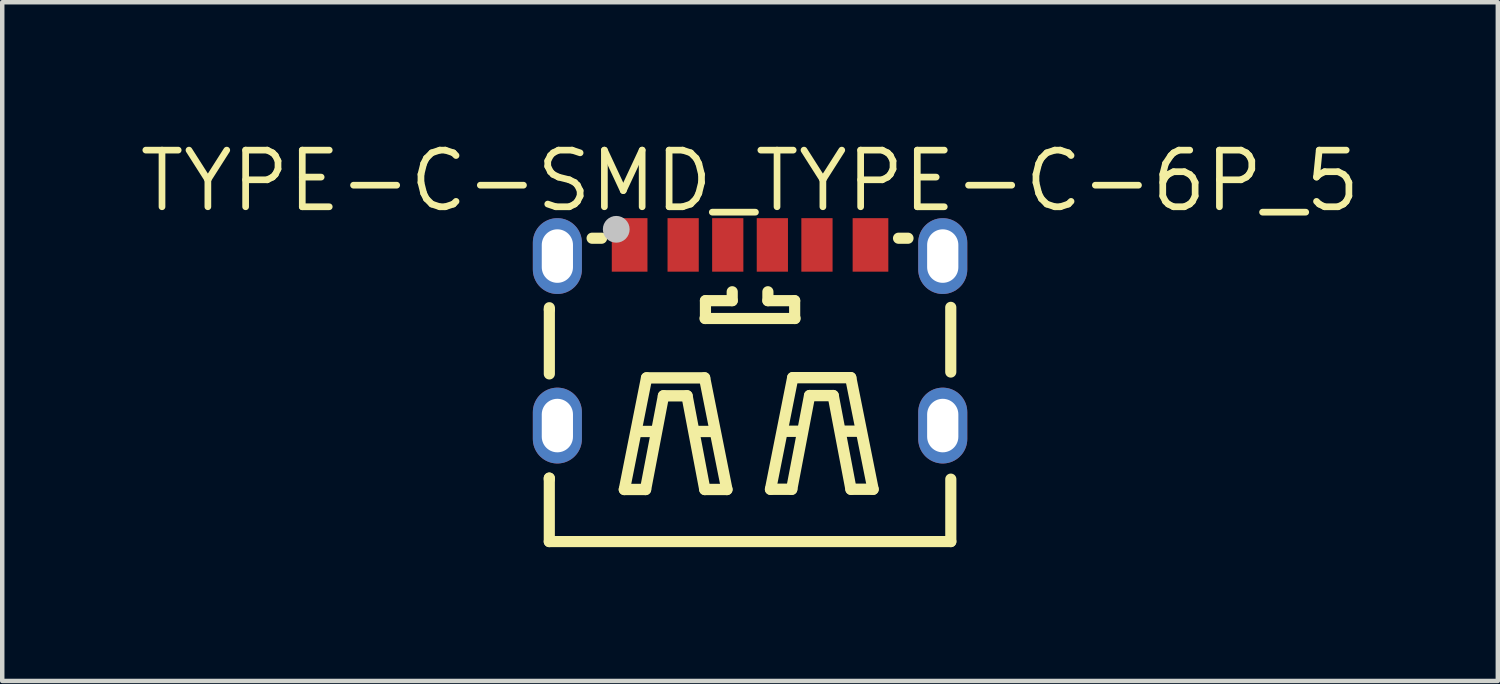
<source format=kicad_pcb>
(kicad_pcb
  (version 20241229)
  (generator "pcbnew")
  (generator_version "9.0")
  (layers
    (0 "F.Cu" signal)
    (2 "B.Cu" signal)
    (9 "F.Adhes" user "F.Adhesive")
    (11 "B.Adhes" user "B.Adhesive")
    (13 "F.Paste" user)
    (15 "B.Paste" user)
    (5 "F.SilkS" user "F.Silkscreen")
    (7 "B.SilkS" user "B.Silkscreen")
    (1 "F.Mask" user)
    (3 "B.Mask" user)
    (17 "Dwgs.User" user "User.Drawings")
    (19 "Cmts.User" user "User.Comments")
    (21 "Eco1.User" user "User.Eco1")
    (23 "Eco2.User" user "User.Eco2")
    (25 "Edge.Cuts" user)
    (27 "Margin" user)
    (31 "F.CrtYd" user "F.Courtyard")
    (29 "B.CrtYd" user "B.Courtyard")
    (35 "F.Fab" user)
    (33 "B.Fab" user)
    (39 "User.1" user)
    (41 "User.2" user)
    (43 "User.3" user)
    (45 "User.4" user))
  (footprint "TYPE-C-SMD_TYPE-C-6P_5"
    (layer "F.Cu")
    (at 13.766 4.466)
    (property "Reference" "TYPE-C-SMD_TYPE-C-6P_5" (at 0 -3.46 0) (layer "F.SilkS") (effects (font (size 1.27 1.27) (thickness 0.15))))
    (fp_line (start -4.501 3.203) (end -4.501 4.626) (stroke (width 0.25) (type default)) (layer "F.SilkS"))
    (fp_line (start -4.501 3.226) (end -4.501 3.203) (stroke (width 0.25) (type default)) (layer "F.SilkS"))
    (fp_line (start -4.501 4.626) (end 4.501 4.626) (stroke (width 0.25) (type default)) (layer "F.SilkS"))
    (fp_line (start -4.5 -0.575) (end -4.5 -0.617) (stroke (width 0.25) (type default)) (layer "F.SilkS"))
    (fp_line (start -4.5 -0.575) (end -4.5 0.867) (stroke (width 0.25) (type default)) (layer "F.SilkS"))
    (fp_line (start -3.541 -2.175) (end -3.329 -2.175) (stroke (width 0.25) (type default)) (layer "F.SilkS"))
    (fp_line (start -2.818 3.458) (end -2.32 0.956) (stroke (width 0.254) (type default)) (layer "F.SilkS"))
    (fp_line (start -2.518 2.158) (end -2.119 2.158) (stroke (width 0.254) (type default)) (layer "F.SilkS"))
    (fp_line (start -2.343 3.458) (end -2.818 3.458) (stroke (width 0.254) (type default)) (layer "F.SilkS"))
    (fp_line (start -2.32 0.956) (end -1.019 0.956) (stroke (width 0.254) (type default)) (layer "F.SilkS"))
    (fp_line (start -1.941 1.358) (end -2.343 3.458) (stroke (width 0.254) (type default)) (layer "F.SilkS"))
    (fp_line (start -1.413 1.358) (end -1.941 1.358) (stroke (width 0.254) (type default)) (layer "F.SilkS"))
    (fp_line (start -1.219 2.157) (end -0.819 2.157) (stroke (width 0.254) (type default)) (layer "F.SilkS"))
    (fp_line (start -1.019 0.956) (end -0.519 3.458) (stroke (width 0.254) (type default)) (layer "F.SilkS"))
    (fp_line (start -1.014 3.458) (end -1.413 1.358) (stroke (width 0.254) (type default)) (layer "F.SilkS"))
    (fp_line (start -1.01 -0.375) (end 1.01 -0.375) (stroke (width 0.25) (type default)) (layer "F.SilkS"))
    (fp_line (start -1 -0.775) (end -0.4 -0.775) (stroke (width 0.25) (type default)) (layer "F.SilkS"))
    (fp_line (start -1 -0.375) (end -1 -0.775) (stroke (width 0.25) (type default)) (layer "F.SilkS"))
    (fp_line (start -0.519 3.458) (end -1.014 3.458) (stroke (width 0.254) (type default)) (layer "F.SilkS"))
    (fp_line (start -0.4 -0.775) (end -0.4 -0.975) (stroke (width 0.25) (type default)) (layer "F.SilkS"))
    (fp_line (start 0.4 -0.775) (end 0.4 -0.975) (stroke (width 0.25) (type default)) (layer "F.SilkS"))
    (fp_line (start 0.459 3.453) (end 0.957 0.951) (stroke (width 0.254) (type default)) (layer "F.SilkS"))
    (fp_line (start 0.759 2.153) (end 1.158 2.153) (stroke (width 0.254) (type default)) (layer "F.SilkS"))
    (fp_line (start 0.934 3.453) (end 0.459 3.453) (stroke (width 0.254) (type default)) (layer "F.SilkS"))
    (fp_line (start 0.957 0.951) (end 2.257 0.951) (stroke (width 0.254) (type default)) (layer "F.SilkS"))
    (fp_line (start 1 -0.775) (end 0.4 -0.775) (stroke (width 0.25) (type default)) (layer "F.SilkS"))
    (fp_line (start 1 -0.375) (end 1 -0.775) (stroke (width 0.25) (type default)) (layer "F.SilkS"))
    (fp_line (start 1.335 1.353) (end 0.934 3.453) (stroke (width 0.254) (type default)) (layer "F.SilkS"))
    (fp_line (start 1.864 1.353) (end 1.335 1.353) (stroke (width 0.254) (type default)) (layer "F.SilkS"))
    (fp_line (start 2.058 2.152) (end 2.458 2.152) (stroke (width 0.254) (type default)) (layer "F.SilkS"))
    (fp_line (start 2.257 0.951) (end 2.758 3.453) (stroke (width 0.254) (type default)) (layer "F.SilkS"))
    (fp_line (start 2.263 3.453) (end 1.864 1.353) (stroke (width 0.254) (type default)) (layer "F.SilkS"))
    (fp_line (start 2.758 3.453) (end 2.263 3.453) (stroke (width 0.254) (type default)) (layer "F.SilkS"))
    (fp_line (start 3.329 -2.175) (end 3.541 -2.175) (stroke (width 0.25) (type default)) (layer "F.SilkS"))
    (fp_line (start 4.5 0.825) (end 4.5 -0.625) (stroke (width 0.25) (type default)) (layer "F.SilkS"))
    (fp_line (start 4.501 4.626) (end 4.501 3.226) (stroke (width 0.25) (type default)) (layer "F.SilkS"))
    (fp_circle (center -3 -2.375) (end -2.85 -2.375) (stroke (width 0.3) (type default)) (fill no) (layer "Dwgs.User"))
    (fp_circle (center 4.47 4.625) (end 4.5 4.625) (stroke (width 0.06) (type default)) (fill no) (layer "User.5"))
    (pad "" np_thru_hole oval (at -4.32 -1.775) (size 1.1 1.7) (drill oval 0.7 1.2) (layers "*.Cu" "*.Mask"))
    (pad "" np_thru_hole oval (at -4.32 2.025) (size 1.1 1.7) (drill oval 0.7 1.2) (layers "*.Cu" "*.Mask"))
    (pad "" np_thru_hole oval (at 4.32 -1.775) (size 1.1 1.7) (drill oval 0.7 1.2) (layers "*.Cu" "*.Mask"))
    (pad "" np_thru_hole oval (at 4.32 2.025) (size 1.1 1.7) (drill oval 0.7 1.2) (layers "*.Cu" "*.Mask"))
    (pad "A5" smd rect (at -0.5 -2.025) (size 0.7 1.2) (layers "F.Cu" "F.Mask" "F.Paste"))
    (pad "A9" smd rect (at 1.5 -2.025) (size 0.7 1.2) (layers "F.Cu" "F.Mask" "F.Paste"))
    (pad "A12" smd rect (at 2.7 -2.025) (size 0.8 1.2) (layers "F.Cu" "F.Mask" "F.Paste"))
    (pad "B5" smd rect (at 0.5 -2.025) (size 0.7 1.2) (layers "F.Cu" "F.Mask" "F.Paste"))
    (pad "B9" smd rect (at -1.5 -2.025) (size 0.7 1.2) (layers "F.Cu" "F.Mask" "F.Paste"))
    (pad "B12" smd rect (at -2.7 -2.025) (size 0.8 1.2) (layers "F.Cu" "F.Mask" "F.Paste"))
    (zone (net_name "") (layer "F.Paste") (hatch edge 0.5) (priority 100) (connect_pads yes) (min_thickness 0) (filled_areas_thickness no) (fill yes) (polygon (pts (xy 10.666 1.841) (xy 11.466 1.841) (xy 11.466 3.041) (xy 10.666 3.041))) (filled_polygon (layer "F.Paste") (island) (pts (xy 10.666 1.841) (xy 11.466 1.841) (xy 11.466 3.041) (xy 10.666 3.041))))
    (zone (net_name "") (layer "F.Paste") (hatch edge 0.5) (priority 100) (connect_pads yes) (min_thickness 0) (filled_areas_thickness no) (fill yes) (polygon (pts (xy 11.916 1.841) (xy 12.616 1.841) (xy 12.616 3.041) (xy 11.916 3.041))) (filled_polygon (layer "F.Paste") (island) (pts (xy 11.916 1.841) (xy 12.616 1.841) (xy 12.616 3.041) (xy 11.916 3.041))))
    (zone (net_name "") (layer "F.Paste") (hatch edge 0.5) (priority 100) (connect_pads yes) (min_thickness 0) (filled_areas_thickness no) (fill yes) (polygon (pts (xy 12.916 1.841) (xy 13.616 1.841) (xy 13.616 3.041) (xy 12.916 3.041))) (filled_polygon (layer "F.Paste") (island) (pts (xy 12.916 1.841) (xy 13.616 1.841) (xy 13.616 3.041) (xy 12.916 3.041))))
    (zone (net_name "") (layer "F.Paste") (hatch edge 0.5) (priority 100) (connect_pads yes) (min_thickness 0) (filled_areas_thickness no) (fill yes) (polygon (pts (xy 13.916 1.841) (xy 14.616 1.841) (xy 14.616 3.041) (xy 13.916 3.041))) (filled_polygon (layer "F.Paste") (island) (pts (xy 13.916 1.841) (xy 14.616 1.841) (xy 14.616 3.041) (xy 13.916 3.041))))
    (zone (net_name "") (layer "F.Paste") (hatch edge 0.5) (priority 100) (connect_pads yes) (min_thickness 0) (filled_areas_thickness no) (fill yes) (polygon (pts (xy 14.916 1.841) (xy 15.616 1.841) (xy 15.616 3.041) (xy 14.916 3.041))) (filled_polygon (layer "F.Paste") (island) (pts (xy 14.916 1.841) (xy 15.616 1.841) (xy 15.616 3.041) (xy 14.916 3.041))))
    (zone (net_name "") (layer "F.Paste") (hatch edge 0.5) (priority 100) (connect_pads yes) (min_thickness 0) (filled_areas_thickness no) (fill yes) (polygon (pts (xy 16.066 1.841) (xy 16.866 1.841) (xy 16.866 3.041) (xy 16.066 3.041))) (filled_polygon (layer "F.Paste") (island) (pts (xy 16.066 1.841) (xy 16.866 1.841) (xy 16.866 3.041) (xy 16.066 3.041))))
    (zone (net_name "") (layer "F.Paste") (hatch edge 0.5) (priority 100) (connect_pads yes) (min_thickness 0) (filled_areas_thickness no) (fill yes) (polygon (pts (xy 9.487 1.843) (xy 9.459 1.841) (xy 9.432 1.841) (xy 9.405 1.843) (xy 9.377 1.845) (xy 9.35 1.85) (xy 9.323 1.855) (xy 9.297 1.862) (xy 9.271 1.87) (xy 9.245 1.879) (xy 9.22 1.89) (xy 9.195 1.902) (xy 9.171 1.915) (xy 9.147 1.929) (xy 9.125 1.945) (xy 9.103 1.961) (xy 9.082 1.979) (xy 9.062 1.998) (xy 9.043 2.017) (xy 9.024 2.038) (xy 9.007 2.059) (xy 8.991 2.081) (xy 8.976 2.104) (xy 8.963 2.128) (xy 8.95 2.153) (xy 8.939 2.178) (xy 8.929 2.203) (xy 8.92 2.229) (xy 8.913 2.256) (xy 8.907 2.282) (xy 8.902 2.309) (xy 8.898 2.337) (xy 8.896 2.364) (xy 8.896 2.391) (xy 8.896 2.991) (xy 8.896 3.019) (xy 8.898 3.046) (xy 8.902 3.073) (xy 8.907 3.1) (xy 8.913 3.127) (xy 8.92 3.153) (xy 8.929 3.179) (xy 8.939 3.205) (xy 8.95 3.23) (xy 8.963 3.254) (xy 8.976 3.278) (xy 8.991 3.301) (xy 9.007 3.323) (xy 9.024 3.345) (xy 9.043 3.365) (xy 9.062 3.385) (xy 9.082 3.404) (xy 9.103 3.421) (xy 9.125 3.438) (xy 9.147 3.453) (xy 9.171 3.467) (xy 9.195 3.481) (xy 9.22 3.493) (xy 9.245 3.503) (xy 9.271 3.513) (xy 9.297 3.521) (xy 9.323 3.527) (xy 9.35 3.533) (xy 9.377 3.537) (xy 9.405 3.54) (xy 9.432 3.541) (xy 9.459 3.541) (xy 9.487 3.54) (xy 9.514 3.537) (xy 9.541 3.533) (xy 9.568 3.527) (xy 9.595 3.521) (xy 9.621 3.513) (xy 9.647 3.503) (xy 9.672 3.493) (xy 9.697 3.481) (xy 9.721 3.467) (xy 9.744 3.453) (xy 9.767 3.438) (xy 9.789 3.421) (xy 9.81 3.404) (xy 9.83 3.385) (xy 9.849 3.365) (xy 9.867 3.345) (xy 9.884 3.323) (xy 9.9 3.301) (xy 9.915 3.278) (xy 9.929 3.254) (xy 9.941 3.23) (xy 9.953 3.205) (xy 9.963 3.179) (xy 9.971 3.153) (xy 9.979 3.127) (xy 9.985 3.1) (xy 9.99 3.073) (xy 9.993 3.046) (xy 9.995 3.019) (xy 9.996 2.991) (xy 9.996 2.391) (xy 9.995 2.364) (xy 9.993 2.337) (xy 9.99 2.309) (xy 9.985 2.282) (xy 9.979 2.256) (xy 9.971 2.229) (xy 9.963 2.203) (xy 9.953 2.178) (xy 9.941 2.153) (xy 9.929 2.128) (xy 9.915 2.104) (xy 9.9 2.081) (xy 9.884 2.059) (xy 9.867 2.038) (xy 9.849 2.017) (xy 9.83 1.998) (xy 9.81 1.979) (xy 9.789 1.961) (xy 9.767 1.945) (xy 9.744 1.929) (xy 9.721 1.915) (xy 9.697 1.902) (xy 9.672 1.89) (xy 9.647 1.879) (xy 9.621 1.87) (xy 9.595 1.862) (xy 9.568 1.855) (xy 9.541 1.85) (xy 9.514 1.845))) (filled_polygon (layer "F.Paste") (island) (pts (xy 9.487 1.843) (xy 9.459 1.841) (xy 9.432 1.841) (xy 9.405 1.843) (xy 9.377 1.845) (xy 9.35 1.85) (xy 9.323 1.855) (xy 9.297 1.862) (xy 9.271 1.87) (xy 9.245 1.879) (xy 9.22 1.89) (xy 9.195 1.902) (xy 9.171 1.915) (xy 9.147 1.929) (xy 9.125 1.945) (xy 9.103 1.961) (xy 9.082 1.979) (xy 9.062 1.998) (xy 9.043 2.017) (xy 9.024 2.038) (xy 9.007 2.059) (xy 8.991 2.081) (xy 8.976 2.104) (xy 8.963 2.128) (xy 8.95 2.153) (xy 8.939 2.178) (xy 8.929 2.203) (xy 8.92 2.229) (xy 8.913 2.256) (xy 8.907 2.282) (xy 8.902 2.309) (xy 8.898 2.337) (xy 8.896 2.364) (xy 8.896 2.391) (xy 8.896 2.991) (xy 8.896 3.019) (xy 8.898 3.046) (xy 8.902 3.073) (xy 8.907 3.1) (xy 8.913 3.127) (xy 8.92 3.153) (xy 8.929 3.179) (xy 8.939 3.205) (xy 8.95 3.23) (xy 8.963 3.254) (xy 8.976 3.278) (xy 8.991 3.301) (xy 9.007 3.323) (xy 9.024 3.345) (xy 9.043 3.365) (xy 9.062 3.385) (xy 9.082 3.404) (xy 9.103 3.421) (xy 9.125 3.438) (xy 9.147 3.453) (xy 9.171 3.467) (xy 9.195 3.481) (xy 9.22 3.493) (xy 9.245 3.503) (xy 9.271 3.513) (xy 9.297 3.521) (xy 9.323 3.527) (xy 9.35 3.533) (xy 9.377 3.537) (xy 9.405 3.54) (xy 9.432 3.541) (xy 9.459 3.541) (xy 9.487 3.54) (xy 9.514 3.537) (xy 9.541 3.533) (xy 9.568 3.527) (xy 9.595 3.521) (xy 9.621 3.513) (xy 9.647 3.503) (xy 9.672 3.493) (xy 9.697 3.481) (xy 9.721 3.467) (xy 9.744 3.453) (xy 9.767 3.438) (xy 9.789 3.421) (xy 9.81 3.404) (xy 9.83 3.385) (xy 9.849 3.365) (xy 9.867 3.345) (xy 9.884 3.323) (xy 9.9 3.301) (xy 9.915 3.278) (xy 9.929 3.254) (xy 9.941 3.23) (xy 9.953 3.205) (xy 9.963 3.179) (xy 9.971 3.153) (xy 9.979 3.127) (xy 9.985 3.1) (xy 9.99 3.073) (xy 9.993 3.046) (xy 9.995 3.019) (xy 9.996 2.991) (xy 9.996 2.391) (xy 9.995 2.364) (xy 9.993 2.337) (xy 9.99 2.309) (xy 9.985 2.282) (xy 9.979 2.256) (xy 9.971 2.229) (xy 9.963 2.203) (xy 9.953 2.178) (xy 9.941 2.153) (xy 9.929 2.128) (xy 9.915 2.104) (xy 9.9 2.081) (xy 9.884 2.059) (xy 9.867 2.038) (xy 9.849 2.017) (xy 9.83 1.998) (xy 9.81 1.979) (xy 9.789 1.961) (xy 9.767 1.945) (xy 9.744 1.929) (xy 9.721 1.915) (xy 9.697 1.902) (xy 9.672 1.89) (xy 9.647 1.879) (xy 9.621 1.87) (xy 9.595 1.862) (xy 9.568 1.855) (xy 9.541 1.85) (xy 9.514 1.845))))
    (zone (net_name "") (layer "F.Paste") (hatch edge 0.5) (priority 100) (connect_pads yes) (min_thickness 0) (filled_areas_thickness no) (fill yes) (polygon (pts (xy 9.487 5.643) (xy 9.459 5.641) (xy 9.432 5.641) (xy 9.405 5.643) (xy 9.377 5.646) (xy 9.35 5.65) (xy 9.323 5.655) (xy 9.297 5.662) (xy 9.271 5.67) (xy 9.245 5.679) (xy 9.22 5.69) (xy 9.195 5.702) (xy 9.171 5.715) (xy 9.147 5.729) (xy 9.125 5.745) (xy 9.103 5.761) (xy 9.082 5.779) (xy 9.062 5.798) (xy 9.043 5.817) (xy 9.024 5.838) (xy 9.007 5.859) (xy 8.991 5.881) (xy 8.976 5.904) (xy 8.963 5.928) (xy 8.95 5.953) (xy 8.939 5.978) (xy 8.929 6.003) (xy 8.92 6.029) (xy 8.913 6.056) (xy 8.907 6.082) (xy 8.902 6.109) (xy 8.898 6.137) (xy 8.896 6.164) (xy 8.896 6.191) (xy 8.896 6.791) (xy 8.896 6.819) (xy 8.898 6.846) (xy 8.902 6.873) (xy 8.907 6.9) (xy 8.913 6.927) (xy 8.92 6.953) (xy 8.929 6.979) (xy 8.939 7.005) (xy 8.95 7.03) (xy 8.963 7.054) (xy 8.976 7.078) (xy 8.991 7.101) (xy 9.007 7.123) (xy 9.024 7.145) (xy 9.043 7.165) (xy 9.062 7.185) (xy 9.082 7.204) (xy 9.103 7.221) (xy 9.125 7.238) (xy 9.147 7.253) (xy 9.171 7.268) (xy 9.195 7.281) (xy 9.22 7.293) (xy 9.245 7.303) (xy 9.271 7.313) (xy 9.297 7.321) (xy 9.323 7.327) (xy 9.35 7.333) (xy 9.377 7.337) (xy 9.405 7.34) (xy 9.432 7.341) (xy 9.459 7.341) (xy 9.487 7.34) (xy 9.514 7.337) (xy 9.541 7.333) (xy 9.568 7.327) (xy 9.595 7.321) (xy 9.621 7.313) (xy 9.647 7.303) (xy 9.672 7.293) (xy 9.697 7.281) (xy 9.721 7.268) (xy 9.744 7.253) (xy 9.767 7.238) (xy 9.789 7.221) (xy 9.81 7.204) (xy 9.83 7.185) (xy 9.849 7.165) (xy 9.867 7.145) (xy 9.884 7.123) (xy 9.9 7.101) (xy 9.915 7.078) (xy 9.929 7.054) (xy 9.941 7.03) (xy 9.953 7.005) (xy 9.963 6.979) (xy 9.971 6.953) (xy 9.979 6.927) (xy 9.985 6.9) (xy 9.99 6.873) (xy 9.993 6.846) (xy 9.995 6.819) (xy 9.996 6.791) (xy 9.996 6.191) (xy 9.995 6.164) (xy 9.993 6.137) (xy 9.99 6.109) (xy 9.985 6.082) (xy 9.979 6.056) (xy 9.971 6.029) (xy 9.963 6.003) (xy 9.953 5.978) (xy 9.941 5.953) (xy 9.929 5.928) (xy 9.915 5.904) (xy 9.9 5.881) (xy 9.884 5.859) (xy 9.867 5.838) (xy 9.849 5.817) (xy 9.83 5.798) (xy 9.81 5.779) (xy 9.789 5.761) (xy 9.767 5.745) (xy 9.744 5.729) (xy 9.721 5.715) (xy 9.697 5.702) (xy 9.672 5.69) (xy 9.647 5.679) (xy 9.621 5.67) (xy 9.595 5.662) (xy 9.568 5.655) (xy 9.541 5.65) (xy 9.514 5.646))) (filled_polygon (layer "F.Paste") (island) (pts (xy 9.487 5.643) (xy 9.459 5.641) (xy 9.432 5.641) (xy 9.405 5.643) (xy 9.377 5.646) (xy 9.35 5.65) (xy 9.323 5.655) (xy 9.297 5.662) (xy 9.271 5.67) (xy 9.245 5.679) (xy 9.22 5.69) (xy 9.195 5.702) (xy 9.171 5.715) (xy 9.147 5.729) (xy 9.125 5.745) (xy 9.103 5.761) (xy 9.082 5.779) (xy 9.062 5.798) (xy 9.043 5.817) (xy 9.024 5.838) (xy 9.007 5.859) (xy 8.991 5.881) (xy 8.976 5.904) (xy 8.963 5.928) (xy 8.95 5.953) (xy 8.939 5.978) (xy 8.929 6.003) (xy 8.92 6.029) (xy 8.913 6.056) (xy 8.907 6.082) (xy 8.902 6.109) (xy 8.898 6.137) (xy 8.896 6.164) (xy 8.896 6.191) (xy 8.896 6.791) (xy 8.896 6.819) (xy 8.898 6.846) (xy 8.902 6.873) (xy 8.907 6.9) (xy 8.913 6.927) (xy 8.92 6.953) (xy 8.929 6.979) (xy 8.939 7.005) (xy 8.95 7.03) (xy 8.963 7.054) (xy 8.976 7.078) (xy 8.991 7.101) (xy 9.007 7.123) (xy 9.024 7.145) (xy 9.043 7.165) (xy 9.062 7.185) (xy 9.082 7.204) (xy 9.103 7.221) (xy 9.125 7.238) (xy 9.147 7.253) (xy 9.171 7.268) (xy 9.195 7.281) (xy 9.22 7.293) (xy 9.245 7.303) (xy 9.271 7.313) (xy 9.297 7.321) (xy 9.323 7.327) (xy 9.35 7.333) (xy 9.377 7.337) (xy 9.405 7.34) (xy 9.432 7.341) (xy 9.459 7.341) (xy 9.487 7.34) (xy 9.514 7.337) (xy 9.541 7.333) (xy 9.568 7.327) (xy 9.595 7.321) (xy 9.621 7.313) (xy 9.647 7.303) (xy 9.672 7.293) (xy 9.697 7.281) (xy 9.721 7.268) (xy 9.744 7.253) (xy 9.767 7.238) (xy 9.789 7.221) (xy 9.81 7.204) (xy 9.83 7.185) (xy 9.849 7.165) (xy 9.867 7.145) (xy 9.884 7.123) (xy 9.9 7.101) (xy 9.915 7.078) (xy 9.929 7.054) (xy 9.941 7.03) (xy 9.953 7.005) (xy 9.963 6.979) (xy 9.971 6.953) (xy 9.979 6.927) (xy 9.985 6.9) (xy 9.99 6.873) (xy 9.993 6.846) (xy 9.995 6.819) (xy 9.996 6.791) (xy 9.996 6.191) (xy 9.995 6.164) (xy 9.993 6.137) (xy 9.99 6.109) (xy 9.985 6.082) (xy 9.979 6.056) (xy 9.971 6.029) (xy 9.963 6.003) (xy 9.953 5.978) (xy 9.941 5.953) (xy 9.929 5.928) (xy 9.915 5.904) (xy 9.9 5.881) (xy 9.884 5.859) (xy 9.867 5.838) (xy 9.849 5.817) (xy 9.83 5.798) (xy 9.81 5.779) (xy 9.789 5.761) (xy 9.767 5.745) (xy 9.744 5.729) (xy 9.721 5.715) (xy 9.697 5.702) (xy 9.672 5.69) (xy 9.647 5.679) (xy 9.621 5.67) (xy 9.595 5.662) (xy 9.568 5.655) (xy 9.541 5.65) (xy 9.514 5.646))))
    (zone (net_name "") (layer "F.Paste") (hatch edge 0.5) (priority 100) (connect_pads yes) (min_thickness 0) (filled_areas_thickness no) (fill yes) (polygon (pts (xy 18.127 1.843) (xy 18.099 1.841) (xy 18.072 1.841) (xy 18.044 1.843) (xy 18.017 1.845) (xy 17.99 1.85) (xy 17.963 1.855) (xy 17.937 1.862) (xy 17.91 1.87) (xy 17.885 1.879) (xy 17.859 1.89) (xy 17.835 1.902) (xy 17.811 1.915) (xy 17.787 1.929) (xy 17.764 1.945) (xy 17.743 1.961) (xy 17.722 1.979) (xy 17.702 1.998) (xy 17.682 2.017) (xy 17.664 2.038) (xy 17.647 2.059) (xy 17.631 2.081) (xy 17.616 2.104) (xy 17.603 2.128) (xy 17.59 2.153) (xy 17.579 2.178) (xy 17.569 2.203) (xy 17.56 2.229) (xy 17.553 2.256) (xy 17.546 2.282) (xy 17.542 2.309) (xy 17.538 2.337) (xy 17.536 2.364) (xy 17.536 2.391) (xy 17.536 2.991) (xy 17.536 3.019) (xy 17.538 3.046) (xy 17.542 3.073) (xy 17.546 3.1) (xy 17.553 3.127) (xy 17.56 3.153) (xy 17.569 3.179) (xy 17.579 3.205) (xy 17.59 3.23) (xy 17.603 3.254) (xy 17.616 3.278) (xy 17.631 3.301) (xy 17.647 3.323) (xy 17.664 3.345) (xy 17.682 3.365) (xy 17.702 3.385) (xy 17.722 3.404) (xy 17.743 3.421) (xy 17.764 3.438) (xy 17.787 3.453) (xy 17.811 3.467) (xy 17.835 3.481) (xy 17.859 3.493) (xy 17.885 3.503) (xy 17.91 3.513) (xy 17.937 3.521) (xy 17.963 3.527) (xy 17.99 3.533) (xy 18.017 3.537) (xy 18.044 3.54) (xy 18.072 3.541) (xy 18.099 3.541) (xy 18.127 3.54) (xy 18.154 3.537) (xy 18.181 3.533) (xy 18.208 3.527) (xy 18.235 3.521) (xy 18.261 3.513) (xy 18.286 3.503) (xy 18.312 3.493) (xy 18.336 3.481) (xy 18.361 3.467) (xy 18.384 3.453) (xy 18.407 3.438) (xy 18.428 3.421) (xy 18.449 3.404) (xy 18.47 3.385) (xy 18.489 3.365) (xy 18.507 3.345) (xy 18.524 3.323) (xy 18.54 3.301) (xy 18.555 3.278) (xy 18.569 3.254) (xy 18.581 3.23) (xy 18.592 3.205) (xy 18.602 3.179) (xy 18.611 3.153) (xy 18.619 3.127) (xy 18.625 3.1) (xy 18.629 3.073) (xy 18.633 3.046) (xy 18.635 3.019) (xy 18.636 2.991) (xy 18.636 2.391) (xy 18.635 2.364) (xy 18.633 2.337) (xy 18.629 2.309) (xy 18.625 2.282) (xy 18.619 2.256) (xy 18.611 2.229) (xy 18.602 2.203) (xy 18.592 2.178) (xy 18.581 2.153) (xy 18.569 2.128) (xy 18.555 2.104) (xy 18.54 2.081) (xy 18.524 2.059) (xy 18.507 2.038) (xy 18.489 2.017) (xy 18.47 1.998) (xy 18.449 1.979) (xy 18.428 1.961) (xy 18.407 1.945) (xy 18.384 1.929) (xy 18.361 1.915) (xy 18.336 1.902) (xy 18.312 1.89) (xy 18.286 1.879) (xy 18.261 1.87) (xy 18.235 1.862) (xy 18.208 1.855) (xy 18.181 1.85) (xy 18.154 1.845))) (filled_polygon (layer "F.Paste") (island) (pts (xy 18.127 1.843) (xy 18.099 1.841) (xy 18.072 1.841) (xy 18.044 1.843) (xy 18.017 1.845) (xy 17.99 1.85) (xy 17.963 1.855) (xy 17.937 1.862) (xy 17.91 1.87) (xy 17.885 1.879) (xy 17.859 1.89) (xy 17.835 1.902) (xy 17.811 1.915) (xy 17.787 1.929) (xy 17.764 1.945) (xy 17.743 1.961) (xy 17.722 1.979) (xy 17.702 1.998) (xy 17.682 2.017) (xy 17.664 2.038) (xy 17.647 2.059) (xy 17.631 2.081) (xy 17.616 2.104) (xy 17.603 2.128) (xy 17.59 2.153) (xy 17.579 2.178) (xy 17.569 2.203) (xy 17.56 2.229) (xy 17.553 2.256) (xy 17.546 2.282) (xy 17.542 2.309) (xy 17.538 2.337) (xy 17.536 2.364) (xy 17.536 2.391) (xy 17.536 2.991) (xy 17.536 3.019) (xy 17.538 3.046) (xy 17.542 3.073) (xy 17.546 3.1) (xy 17.553 3.127) (xy 17.56 3.153) (xy 17.569 3.179) (xy 17.579 3.205) (xy 17.59 3.23) (xy 17.603 3.254) (xy 17.616 3.278) (xy 17.631 3.301) (xy 17.647 3.323) (xy 17.664 3.345) (xy 17.682 3.365) (xy 17.702 3.385) (xy 17.722 3.404) (xy 17.743 3.421) (xy 17.764 3.438) (xy 17.787 3.453) (xy 17.811 3.467) (xy 17.835 3.481) (xy 17.859 3.493) (xy 17.885 3.503) (xy 17.91 3.513) (xy 17.937 3.521) (xy 17.963 3.527) (xy 17.99 3.533) (xy 18.017 3.537) (xy 18.044 3.54) (xy 18.072 3.541) (xy 18.099 3.541) (xy 18.127 3.54) (xy 18.154 3.537) (xy 18.181 3.533) (xy 18.208 3.527) (xy 18.235 3.521) (xy 18.261 3.513) (xy 18.286 3.503) (xy 18.312 3.493) (xy 18.336 3.481) (xy 18.361 3.467) (xy 18.384 3.453) (xy 18.407 3.438) (xy 18.428 3.421) (xy 18.449 3.404) (xy 18.47 3.385) (xy 18.489 3.365) (xy 18.507 3.345) (xy 18.524 3.323) (xy 18.54 3.301) (xy 18.555 3.278) (xy 18.569 3.254) (xy 18.581 3.23) (xy 18.592 3.205) (xy 18.602 3.179) (xy 18.611 3.153) (xy 18.619 3.127) (xy 18.625 3.1) (xy 18.629 3.073) (xy 18.633 3.046) (xy 18.635 3.019) (xy 18.636 2.991) (xy 18.636 2.391) (xy 18.635 2.364) (xy 18.633 2.337) (xy 18.629 2.309) (xy 18.625 2.282) (xy 18.619 2.256) (xy 18.611 2.229) (xy 18.602 2.203) (xy 18.592 2.178) (xy 18.581 2.153) (xy 18.569 2.128) (xy 18.555 2.104) (xy 18.54 2.081) (xy 18.524 2.059) (xy 18.507 2.038) (xy 18.489 2.017) (xy 18.47 1.998) (xy 18.449 1.979) (xy 18.428 1.961) (xy 18.407 1.945) (xy 18.384 1.929) (xy 18.361 1.915) (xy 18.336 1.902) (xy 18.312 1.89) (xy 18.286 1.879) (xy 18.261 1.87) (xy 18.235 1.862) (xy 18.208 1.855) (xy 18.181 1.85) (xy 18.154 1.845))))
    (zone (net_name "") (layer "F.Paste") (hatch edge 0.5) (priority 100) (connect_pads yes) (min_thickness 0) (filled_areas_thickness no) (fill yes) (polygon (pts (xy 18.127 5.643) (xy 18.099 5.641) (xy 18.072 5.641) (xy 18.044 5.643) (xy 18.017 5.646) (xy 17.99 5.65) (xy 17.963 5.655) (xy 17.937 5.662) (xy 17.91 5.67) (xy 17.885 5.679) (xy 17.859 5.69) (xy 17.835 5.702) (xy 17.811 5.715) (xy 17.787 5.729) (xy 17.764 5.745) (xy 17.743 5.761) (xy 17.722 5.779) (xy 17.702 5.798) (xy 17.682 5.817) (xy 17.664 5.838) (xy 17.647 5.859) (xy 17.631 5.881) (xy 17.616 5.904) (xy 17.603 5.928) (xy 17.59 5.953) (xy 17.579 5.978) (xy 17.569 6.003) (xy 17.56 6.029) (xy 17.553 6.056) (xy 17.546 6.082) (xy 17.542 6.109) (xy 17.538 6.137) (xy 17.536 6.164) (xy 17.536 6.191) (xy 17.536 6.791) (xy 17.536 6.819) (xy 17.538 6.846) (xy 17.542 6.873) (xy 17.546 6.9) (xy 17.553 6.927) (xy 17.56 6.953) (xy 17.569 6.979) (xy 17.579 7.005) (xy 17.59 7.03) (xy 17.603 7.054) (xy 17.616 7.078) (xy 17.631 7.101) (xy 17.647 7.123) (xy 17.664 7.145) (xy 17.682 7.165) (xy 17.702 7.185) (xy 17.722 7.204) (xy 17.743 7.221) (xy 17.764 7.238) (xy 17.787 7.253) (xy 17.811 7.268) (xy 17.835 7.281) (xy 17.859 7.293) (xy 17.885 7.303) (xy 17.91 7.313) (xy 17.937 7.321) (xy 17.963 7.327) (xy 17.99 7.333) (xy 18.017 7.337) (xy 18.044 7.34) (xy 18.072 7.341) (xy 18.099 7.341) (xy 18.127 7.34) (xy 18.154 7.337) (xy 18.181 7.333) (xy 18.208 7.327) (xy 18.235 7.321) (xy 18.261 7.313) (xy 18.286 7.303) (xy 18.312 7.293) (xy 18.336 7.281) (xy 18.361 7.268) (xy 18.384 7.253) (xy 18.407 7.238) (xy 18.428 7.221) (xy 18.449 7.204) (xy 18.47 7.185) (xy 18.489 7.165) (xy 18.507 7.145) (xy 18.524 7.123) (xy 18.54 7.101) (xy 18.555 7.078) (xy 18.569 7.054) (xy 18.581 7.03) (xy 18.592 7.005) (xy 18.602 6.979) (xy 18.611 6.953) (xy 18.619 6.927) (xy 18.625 6.9) (xy 18.629 6.873) (xy 18.633 6.846) (xy 18.635 6.819) (xy 18.636 6.791) (xy 18.636 6.191) (xy 18.635 6.164) (xy 18.633 6.137) (xy 18.629 6.109) (xy 18.625 6.082) (xy 18.619 6.056) (xy 18.611 6.029) (xy 18.602 6.003) (xy 18.592 5.978) (xy 18.581 5.953) (xy 18.569 5.928) (xy 18.555 5.904) (xy 18.54 5.881) (xy 18.524 5.859) (xy 18.507 5.838) (xy 18.489 5.817) (xy 18.47 5.798) (xy 18.449 5.779) (xy 18.428 5.761) (xy 18.407 5.745) (xy 18.384 5.729) (xy 18.361 5.715) (xy 18.336 5.702) (xy 18.312 5.69) (xy 18.286 5.679) (xy 18.261 5.67) (xy 18.235 5.662) (xy 18.208 5.655) (xy 18.181 5.65) (xy 18.154 5.646))) (filled_polygon (layer "F.Paste") (island) (pts (xy 18.127 5.643) (xy 18.099 5.641) (xy 18.072 5.641) (xy 18.044 5.643) (xy 18.017 5.646) (xy 17.99 5.65) (xy 17.963 5.655) (xy 17.937 5.662) (xy 17.91 5.67) (xy 17.885 5.679) (xy 17.859 5.69) (xy 17.835 5.702) (xy 17.811 5.715) (xy 17.787 5.729) (xy 17.764 5.745) (xy 17.743 5.761) (xy 17.722 5.779) (xy 17.702 5.798) (xy 17.682 5.817) (xy 17.664 5.838) (xy 17.647 5.859) (xy 17.631 5.881) (xy 17.616 5.904) (xy 17.603 5.928) (xy 17.59 5.953) (xy 17.579 5.978) (xy 17.569 6.003) (xy 17.56 6.029) (xy 17.553 6.056) (xy 17.546 6.082) (xy 17.542 6.109) (xy 17.538 6.137) (xy 17.536 6.164) (xy 17.536 6.191) (xy 17.536 6.791) (xy 17.536 6.819) (xy 17.538 6.846) (xy 17.542 6.873) (xy 17.546 6.9) (xy 17.553 6.927) (xy 17.56 6.953) (xy 17.569 6.979) (xy 17.579 7.005) (xy 17.59 7.03) (xy 17.603 7.054) (xy 17.616 7.078) (xy 17.631 7.101) (xy 17.647 7.123) (xy 17.664 7.145) (xy 17.682 7.165) (xy 17.702 7.185) (xy 17.722 7.204) (xy 17.743 7.221) (xy 17.764 7.238) (xy 17.787 7.253) (xy 17.811 7.268) (xy 17.835 7.281) (xy 17.859 7.293) (xy 17.885 7.303) (xy 17.91 7.313) (xy 17.937 7.321) (xy 17.963 7.327) (xy 17.99 7.333) (xy 18.017 7.337) (xy 18.044 7.34) (xy 18.072 7.341) (xy 18.099 7.341) (xy 18.127 7.34) (xy 18.154 7.337) (xy 18.181 7.333) (xy 18.208 7.327) (xy 18.235 7.321) (xy 18.261 7.313) (xy 18.286 7.303) (xy 18.312 7.293) (xy 18.336 7.281) (xy 18.361 7.268) (xy 18.384 7.253) (xy 18.407 7.238) (xy 18.428 7.221) (xy 18.449 7.204) (xy 18.47 7.185) (xy 18.489 7.165) (xy 18.507 7.145) (xy 18.524 7.123) (xy 18.54 7.101) (xy 18.555 7.078) (xy 18.569 7.054) (xy 18.581 7.03) (xy 18.592 7.005) (xy 18.602 6.979) (xy 18.611 6.953) (xy 18.619 6.927) (xy 18.625 6.9) (xy 18.629 6.873) (xy 18.633 6.846) (xy 18.635 6.819) (xy 18.636 6.791) (xy 18.636 6.191) (xy 18.635 6.164) (xy 18.633 6.137) (xy 18.629 6.109) (xy 18.625 6.082) (xy 18.619 6.056) (xy 18.611 6.029) (xy 18.602 6.003) (xy 18.592 5.978) (xy 18.581 5.953) (xy 18.569 5.928) (xy 18.555 5.904) (xy 18.54 5.881) (xy 18.524 5.859) (xy 18.507 5.838) (xy 18.489 5.817) (xy 18.47 5.798) (xy 18.449 5.779) (xy 18.428 5.761) (xy 18.407 5.745) (xy 18.384 5.729) (xy 18.361 5.715) (xy 18.336 5.702) (xy 18.312 5.69) (xy 18.286 5.679) (xy 18.261 5.67) (xy 18.235 5.662) (xy 18.208 5.655) (xy 18.181 5.65) (xy 18.154 5.646))))
    (zone (net_name "") (layer "Dwgs.User") (hatch edge 0.5) (priority 100) (connect_pads yes) (min_thickness 0) (filled_areas_thickness no) (fill yes) (polygon (pts (xy 13.266 8.591) (xy 14.266 8.591) (xy 13.766 9.091))) (filled_polygon (layer "Dwgs.User") (island) (pts (xy 13.266 8.591) (xy 14.266 8.591) (xy 13.766 9.091))))
    (zone (net_name "") (layer "Dwgs.User") (hatch edge 0.5) (priority 100) (connect_pads yes) (min_thickness 0) (filled_areas_thickness no) (fill yes) (polygon (pts (xy 10.766 8.091) (xy 10.766 4.591) (xy 11.266 4.591) (xy 11.266 8.091))) (filled_polygon (layer "Dwgs.User") (island) (pts (xy 10.766 8.091) (xy 10.766 4.591) (xy 11.266 4.591) (xy 11.266 8.091))))
    (zone (net_name "") (layer "Dwgs.User") (hatch edge 0.5) (priority 100) (connect_pads yes) (min_thickness 0) (filled_areas_thickness no) (fill yes) (polygon (pts (xy 11.266 4.591) (xy 16.266 4.591) (xy 16.266 5.091) (xy 11.266 5.091))) (filled_polygon (layer "Dwgs.User") (island) (pts (xy 11.266 4.591) (xy 16.266 4.591) (xy 16.266 5.091) (xy 11.266 5.091))))
    (zone (net_name "") (layer "Dwgs.User") (hatch edge 0.5) (priority 100) (connect_pads yes) (min_thickness 0) (filled_areas_thickness no) (fill yes) (polygon (pts (xy 16.766 8.091) (xy 16.766 4.591) (xy 16.266 4.591) (xy 16.266 8.091))) (filled_polygon (layer "Dwgs.User") (island) (pts (xy 16.766 8.091) (xy 16.766 4.591) (xy 16.266 4.591) (xy 16.266 8.091))))
    (zone (net_name "") (layer "Dwgs.User") (hatch edge 0.5) (priority 100) (connect_pads yes) (min_thickness 0) (filled_areas_thickness no) (fill yes) (polygon (pts (xy 13.766 8.591) (xy 13.666 8.591) (xy 13.666 6.591) (xy 13.866 6.591) (xy 13.866 8.591))) (filled_polygon (layer "Dwgs.User") (island) (pts (xy 13.766 8.591) (xy 13.666 8.591) (xy 13.666 6.591) (xy 13.866 6.591) (xy 13.866 8.591))))
    (zone (net_name "") (layer "User.3") (hatch edge 0.5) (priority 100) (connect_pads yes) (min_thickness 0) (filled_areas_thickness no) (fill yes) (polygon (pts (xy 9.296 9.091) (xy 9.296 2.291) (xy 18.236 2.291) (xy 18.236 9.091))) (filled_polygon (layer "User.3") (island) (pts (xy 9.296 9.091) (xy 9.296 2.291) (xy 18.236 2.291) (xy 18.236 9.091))))
    (zone (net_name "") (layer "User.4") (hatch edge 0.5) (priority 100) (connect_pads yes) (min_thickness 0) (filled_areas_thickness no) (fill yes) (polygon (pts (xy 9.296 2.291) (xy 9.596 2.291) (xy 9.596 3.091) (xy 9.296 3.091))) (filled_polygon (layer "User.4") (island) (pts (xy 9.296 2.291) (xy 9.596 2.291) (xy 9.596 3.091) (xy 9.296 3.091))))
    (zone (net_name "") (layer "User.4") (hatch edge 0.5) (priority 100) (connect_pads yes) (min_thickness 0) (filled_areas_thickness no) (fill yes) (polygon (pts (xy 9.296 6.091) (xy 9.596 6.091) (xy 9.596 6.891) (xy 9.296 6.891))) (filled_polygon (layer "User.4") (island) (pts (xy 9.296 6.091) (xy 9.596 6.091) (xy 9.596 6.891) (xy 9.296 6.891))))
    (zone (net_name "") (layer "User.4") (hatch edge 0.5) (priority 100) (connect_pads yes) (min_thickness 0) (filled_areas_thickness no) (fill yes) (polygon (pts (xy 10.766 2.316) (xy 11.366 2.316) (xy 11.366 3.066) (xy 10.766 3.066))) (filled_polygon (layer "User.4") (island) (pts (xy 10.766 2.316) (xy 11.366 2.316) (xy 11.366 3.066) (xy 10.766 3.066))))
    (zone (net_name "") (layer "User.4") (hatch edge 0.5) (priority 100) (connect_pads yes) (min_thickness 0) (filled_areas_thickness no) (fill yes) (polygon (pts (xy 11.986 2.316) (xy 12.546 2.316) (xy 12.546 3.066) (xy 11.986 3.066))) (filled_polygon (layer "User.4") (island) (pts (xy 11.986 2.316) (xy 12.546 2.316) (xy 12.546 3.066) (xy 11.986 3.066))))
    (zone (net_name "") (layer "User.4") (hatch edge 0.5) (priority 100) (connect_pads yes) (min_thickness 0) (filled_areas_thickness no) (fill yes) (polygon (pts (xy 13.006 2.316) (xy 13.526 2.316) (xy 13.526 3.066) (xy 13.006 3.066))) (filled_polygon (layer "User.4") (island) (pts (xy 13.006 2.316) (xy 13.526 2.316) (xy 13.526 3.066) (xy 13.006 3.066))))
    (zone (net_name "") (layer "User.4") (hatch edge 0.5) (priority 100) (connect_pads yes) (min_thickness 0) (filled_areas_thickness no) (fill yes) (polygon (pts (xy 14.006 2.316) (xy 14.526 2.316) (xy 14.526 3.066) (xy 14.006 3.066))) (filled_polygon (layer "User.4") (island) (pts (xy 14.006 2.316) (xy 14.526 2.316) (xy 14.526 3.066) (xy 14.006 3.066))))
    (zone (net_name "") (layer "User.4") (hatch edge 0.5) (priority 100) (connect_pads yes) (min_thickness 0) (filled_areas_thickness no) (fill yes) (polygon (pts (xy 14.986 2.316) (xy 15.546 2.316) (xy 15.546 3.066) (xy 14.986 3.066))) (filled_polygon (layer "User.4") (island) (pts (xy 14.986 2.316) (xy 15.546 2.316) (xy 15.546 3.066) (xy 14.986 3.066))))
    (zone (net_name "") (layer "User.4") (hatch edge 0.5) (priority 100) (connect_pads yes) (min_thickness 0) (filled_areas_thickness no) (fill yes) (polygon (pts (xy 16.166 2.316) (xy 16.766 2.316) (xy 16.766 3.066) (xy 16.166 3.066))) (filled_polygon (layer "User.4") (island) (pts (xy 16.166 2.316) (xy 16.766 2.316) (xy 16.766 3.066) (xy 16.166 3.066))))
    (zone (net_name "") (layer "User.4") (hatch edge 0.5) (priority 100) (connect_pads yes) (min_thickness 0) (filled_areas_thickness no) (fill yes) (polygon (pts (xy 17.936 2.291) (xy 18.236 2.291) (xy 18.236 3.091) (xy 17.936 3.091))) (filled_polygon (layer "User.4") (island) (pts (xy 17.936 2.291) (xy 18.236 2.291) (xy 18.236 3.091) (xy 17.936 3.091))))
    (zone (net_name "") (layer "User.4") (hatch edge 0.5) (priority 100) (connect_pads yes) (min_thickness 0) (filled_areas_thickness no) (fill yes) (polygon (pts (xy 17.936 6.091) (xy 18.236 6.091) (xy 18.236 6.891) (xy 17.936 6.891))) (filled_polygon (layer "User.4") (island) (pts (xy 17.936 6.091) (xy 18.236 6.091) (xy 18.236 6.891) (xy 17.936 6.891)))))
  (gr_rect
    (start -3 -3)
    (end 30.531 12.217)
    (stroke (width 0.1) (type default))
    (fill no)
    (layer "Edge.Cuts")))
</source>
